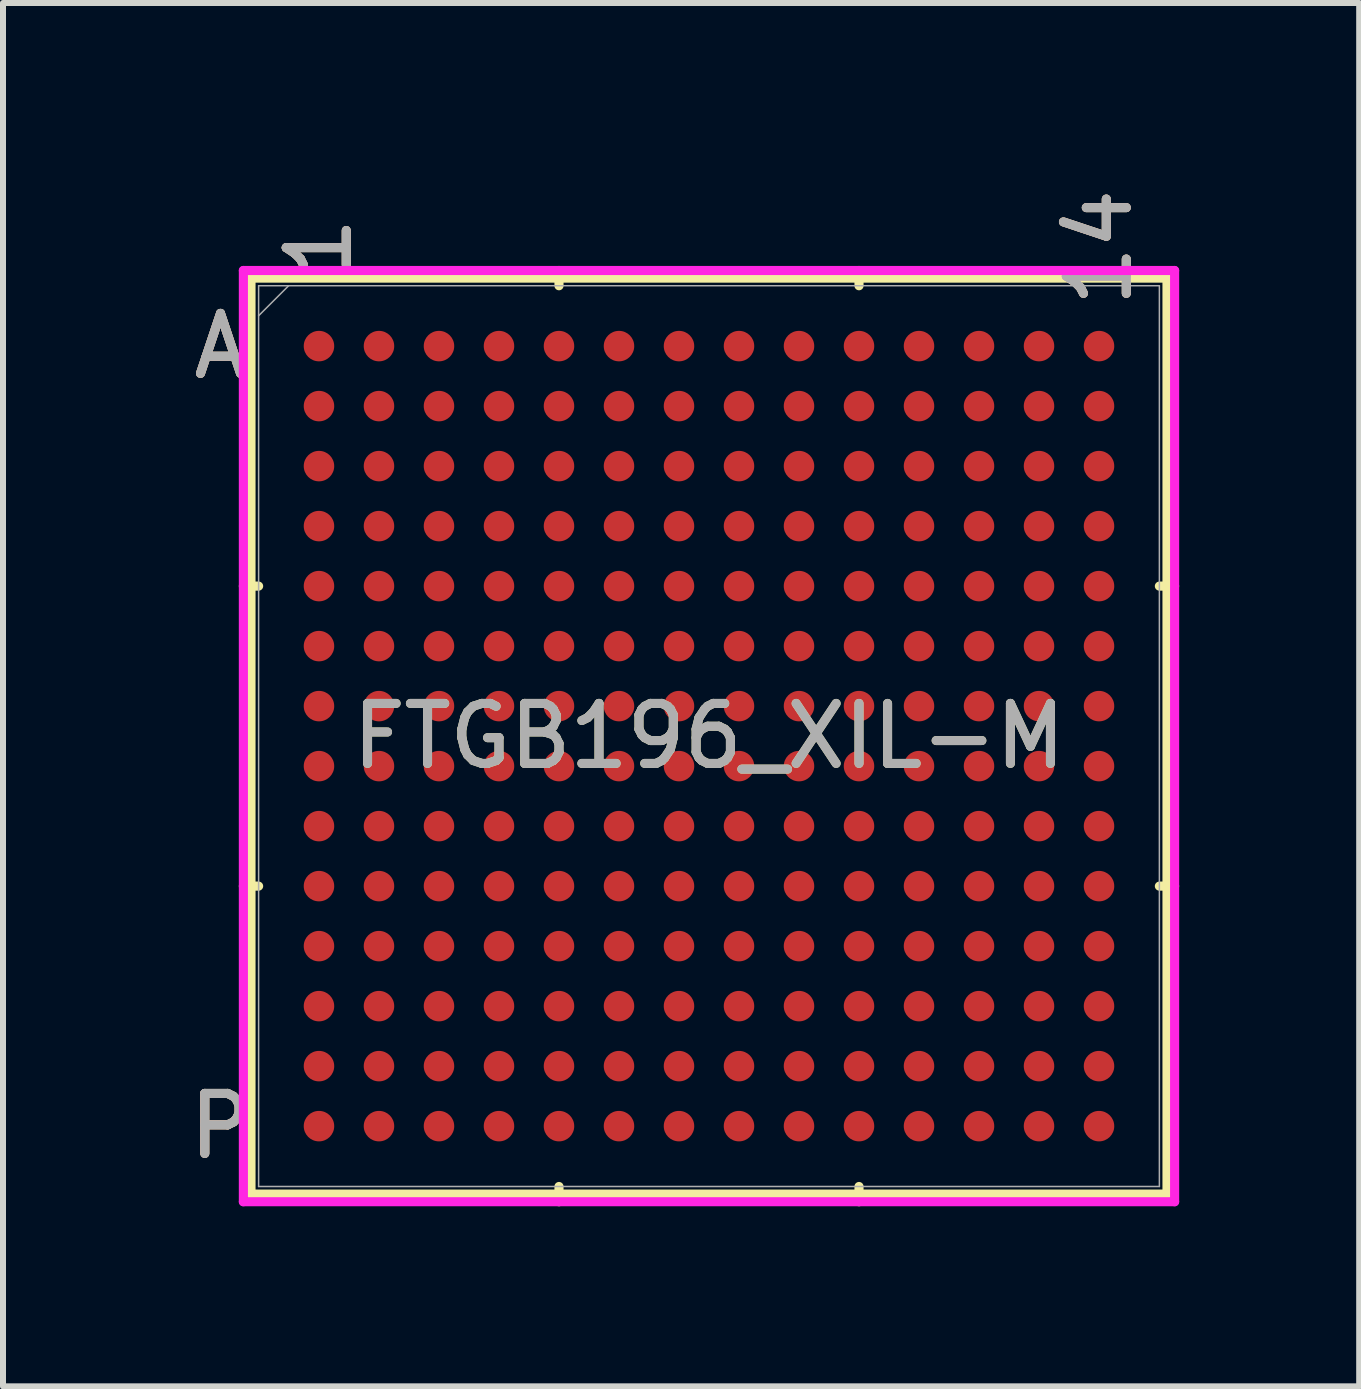
<source format=kicad_pcb>
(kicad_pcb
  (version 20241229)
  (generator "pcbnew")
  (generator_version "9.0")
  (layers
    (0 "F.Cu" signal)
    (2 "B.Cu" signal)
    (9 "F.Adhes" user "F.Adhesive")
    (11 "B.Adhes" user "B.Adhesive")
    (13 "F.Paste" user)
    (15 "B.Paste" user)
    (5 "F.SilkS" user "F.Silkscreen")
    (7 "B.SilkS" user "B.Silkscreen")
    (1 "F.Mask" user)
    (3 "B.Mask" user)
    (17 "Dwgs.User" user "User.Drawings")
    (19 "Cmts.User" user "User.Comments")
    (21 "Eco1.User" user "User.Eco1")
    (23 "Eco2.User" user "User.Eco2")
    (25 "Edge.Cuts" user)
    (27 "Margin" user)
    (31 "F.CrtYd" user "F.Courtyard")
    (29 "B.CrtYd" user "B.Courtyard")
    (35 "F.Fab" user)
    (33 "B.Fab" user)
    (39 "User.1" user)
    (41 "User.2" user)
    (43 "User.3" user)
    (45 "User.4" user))
  (footprint "FTGB196_XIL-M"
    (layer "F.Cu")
    (at 8.766 9.218)
    (property "Reference" "FTGB196_XIL-M" (at 0 0 0) (unlocked yes) (layer "F.SilkS") (effects (font (size 1 1) (thickness 0.15))))
    (attr smd)
    (fp_line (start -7.633 -7.633) (end -7.633 7.633) (stroke (width 0.152) (type solid)) (layer "F.SilkS"))
    (fp_line (start -7.633 7.633) (end 7.633 7.633) (stroke (width 0.152) (type solid)) (layer "F.SilkS"))
    (fp_line (start -7.506 -2.5) (end -7.76 -2.5) (stroke (width 0.152) (type solid)) (layer "F.SilkS"))
    (fp_line (start -7.506 2.5) (end -7.76 2.5) (stroke (width 0.152) (type solid)) (layer "F.SilkS"))
    (fp_line (start -2.5 -7.506) (end -2.5 -7.76) (stroke (width 0.152) (type solid)) (layer "F.SilkS"))
    (fp_line (start -2.5 7.506) (end -2.5 7.76) (stroke (width 0.152) (type solid)) (layer "F.SilkS"))
    (fp_line (start 2.5 -7.506) (end 2.5 -7.76) (stroke (width 0.152) (type solid)) (layer "F.SilkS"))
    (fp_line (start 2.5 7.506) (end 2.5 7.76) (stroke (width 0.152) (type solid)) (layer "F.SilkS"))
    (fp_line (start 7.506 -2.5) (end 7.76 -2.5) (stroke (width 0.152) (type solid)) (layer "F.SilkS"))
    (fp_line (start 7.506 2.5) (end 7.76 2.5) (stroke (width 0.152) (type solid)) (layer "F.SilkS"))
    (fp_line (start 7.633 -7.633) (end -7.633 -7.633) (stroke (width 0.152) (type solid)) (layer "F.SilkS"))
    (fp_line (start 7.633 7.633) (end 7.633 -7.633) (stroke (width 0.152) (type solid)) (layer "F.SilkS"))
    (fp_poly (pts (xy -7.508 -7.508) (xy 7.508 -7.508) (xy 7.508 7.508) (xy -7.508 7.508)) (stroke (width 0.1) (type solid)) (fill no) (layer "Eco2.User"))
    (fp_line (start -7.76 -7.76) (end 7.76 -7.76) (stroke (width 0.152) (type solid)) (layer "F.CrtYd"))
    (fp_line (start -7.76 7.76) (end -7.76 -7.76) (stroke (width 0.152) (type solid)) (layer "F.CrtYd"))
    (fp_line (start 7.76 -7.76) (end 7.76 7.76) (stroke (width 0.152) (type solid)) (layer "F.CrtYd"))
    (fp_line (start 7.76 7.76) (end -7.76 7.76) (stroke (width 0.152) (type solid)) (layer "F.CrtYd"))
    (fp_line (start -7.506 -7.506) (end -7.506 7.506) (stroke (width 0.025) (type solid)) (layer "F.Fab"))
    (fp_line (start -7.506 7.506) (end 7.506 7.506) (stroke (width 0.025) (type solid)) (layer "F.Fab"))
    (fp_line (start -7.006 -7.506) (end -7.506 -7.006) (stroke (width 0.025) (type solid)) (layer "F.Fab"))
    (fp_line (start 7.506 -7.506) (end -7.506 -7.506) (stroke (width 0.025) (type solid)) (layer "F.Fab"))
    (fp_line (start 7.506 7.506) (end 7.506 -7.506) (stroke (width 0.025) (type solid)) (layer "F.Fab"))
    (fp_text user "14" (at 6.5 -8.141 90) (unlocked yes) (layer "F.SilkS") (effects (font (size 1 1) (thickness 0.15))))
    (fp_text user "1" (at -6.5 -8.141 90) (unlocked yes) (layer "F.SilkS") (effects (font (size 1 1) (thickness 0.15))))
    (fp_text user "A" (at -8.141 -6.5 0) (unlocked yes) (layer "F.SilkS") (effects (font (size 1 1) (thickness 0.15))))
    (fp_text user "P" (at -8.141 6.5 0) (unlocked yes) (layer "F.SilkS") (effects (font (size 1 1) (thickness 0.15))))
    (fp_text user "14" (at 6.5 -8.141 90) (unlocked yes) (layer "B.SilkS") (effects (font (size 1 1) (thickness 0.15))))
    (fp_text user "1" (at -6.5 -8.141 90) (unlocked yes) (layer "B.SilkS") (effects (font (size 1 1) (thickness 0.15))))
    (fp_text user "A" (at -8.141 -6.5 0) (unlocked yes) (layer "B.SilkS") (effects (font (size 1 1) (thickness 0.15))))
    (fp_text user "P" (at -8.141 6.5 0) (unlocked yes) (layer "B.SilkS") (effects (font (size 1 1) (thickness 0.15))))
    (fp_text user "1" (at -6.5 -8.141 90) (unlocked yes) (layer "F.Fab") (effects (font (size 1 1) (thickness 0.15))))
    (fp_text user "P" (at -8.141 6.5 0) (unlocked yes) (layer "F.Fab") (effects (font (size 1 1) (thickness 0.15))))
    (fp_text user "14" (at 6.5 -8.141 90) (unlocked yes) (layer "F.Fab") (effects (font (size 1 1) (thickness 0.15))))
    (fp_text user "A" (at -8.141 -6.5 0) (unlocked yes) (layer "F.Fab") (effects (font (size 1 1) (thickness 0.15))))
    (fp_text user "${REFERENCE}" (at 0 0 0) (unlocked yes) (layer "F.Fab") (effects (font (size 1 1) (thickness 0.15))))
    (pad "A1" smd circle (at -6.5 -6.5) (size 0.508 0.508) (layers "F.Cu" "F.Mask" "F.Paste"))
    (pad "A2" smd circle (at -5.5 -6.5) (size 0.508 0.508) (layers "F.Cu" "F.Mask" "F.Paste"))
    (pad "A3" smd circle (at -4.5 -6.5) (size 0.508 0.508) (layers "F.Cu" "F.Mask" "F.Paste"))
    (pad "A4" smd circle (at -3.5 -6.5) (size 0.508 0.508) (layers "F.Cu" "F.Mask" "F.Paste"))
    (pad "A5" smd circle (at -2.5 -6.5) (size 0.508 0.508) (layers "F.Cu" "F.Mask" "F.Paste"))
    (pad "A6" smd circle (at -1.5 -6.5) (size 0.508 0.508) (layers "F.Cu" "F.Mask" "F.Paste"))
    (pad "A7" smd circle (at -0.5 -6.5) (size 0.508 0.508) (layers "F.Cu" "F.Mask" "F.Paste"))
    (pad "A8" smd circle (at 0.5 -6.5) (size 0.508 0.508) (layers "F.Cu" "F.Mask" "F.Paste"))
    (pad "A9" smd circle (at 1.5 -6.5) (size 0.508 0.508) (layers "F.Cu" "F.Mask" "F.Paste"))
    (pad "A10" smd circle (at 2.5 -6.5) (size 0.508 0.508) (layers "F.Cu" "F.Mask" "F.Paste"))
    (pad "A11" smd circle (at 3.5 -6.5) (size 0.508 0.508) (layers "F.Cu" "F.Mask" "F.Paste"))
    (pad "A12" smd circle (at 4.5 -6.5) (size 0.508 0.508) (layers "F.Cu" "F.Mask" "F.Paste"))
    (pad "A13" smd circle (at 5.5 -6.5) (size 0.508 0.508) (layers "F.Cu" "F.Mask" "F.Paste"))
    (pad "A14" smd circle (at 6.5 -6.5) (size 0.508 0.508) (layers "F.Cu" "F.Mask" "F.Paste"))
    (pad "B1" smd circle (at -6.5 -5.5) (size 0.508 0.508) (layers "F.Cu" "F.Mask" "F.Paste"))
    (pad "B2" smd circle (at -5.5 -5.5) (size 0.508 0.508) (layers "F.Cu" "F.Mask" "F.Paste"))
    (pad "B3" smd circle (at -4.5 -5.5) (size 0.508 0.508) (layers "F.Cu" "F.Mask" "F.Paste"))
    (pad "B4" smd circle (at -3.5 -5.5) (size 0.508 0.508) (layers "F.Cu" "F.Mask" "F.Paste"))
    (pad "B5" smd circle (at -2.5 -5.5) (size 0.508 0.508) (layers "F.Cu" "F.Mask" "F.Paste"))
    (pad "B6" smd circle (at -1.5 -5.5) (size 0.508 0.508) (layers "F.Cu" "F.Mask" "F.Paste"))
    (pad "B7" smd circle (at -0.5 -5.5) (size 0.508 0.508) (layers "F.Cu" "F.Mask" "F.Paste"))
    (pad "B8" smd circle (at 0.5 -5.5) (size 0.508 0.508) (layers "F.Cu" "F.Mask" "F.Paste"))
    (pad "B9" smd circle (at 1.5 -5.5) (size 0.508 0.508) (layers "F.Cu" "F.Mask" "F.Paste"))
    (pad "B10" smd circle (at 2.5 -5.5) (size 0.508 0.508) (layers "F.Cu" "F.Mask" "F.Paste"))
    (pad "B11" smd circle (at 3.5 -5.5) (size 0.508 0.508) (layers "F.Cu" "F.Mask" "F.Paste"))
    (pad "B12" smd circle (at 4.5 -5.5) (size 0.508 0.508) (layers "F.Cu" "F.Mask" "F.Paste"))
    (pad "B13" smd circle (at 5.5 -5.5) (size 0.508 0.508) (layers "F.Cu" "F.Mask" "F.Paste"))
    (pad "B14" smd circle (at 6.5 -5.5) (size 0.508 0.508) (layers "F.Cu" "F.Mask" "F.Paste"))
    (pad "C1" smd circle (at -6.5 -4.5) (size 0.508 0.508) (layers "F.Cu" "F.Mask" "F.Paste"))
    (pad "C2" smd circle (at -5.5 -4.5) (size 0.508 0.508) (layers "F.Cu" "F.Mask" "F.Paste"))
    (pad "C3" smd circle (at -4.5 -4.5) (size 0.508 0.508) (layers "F.Cu" "F.Mask" "F.Paste"))
    (pad "C4" smd circle (at -3.5 -4.5) (size 0.508 0.508) (layers "F.Cu" "F.Mask" "F.Paste"))
    (pad "C5" smd circle (at -2.5 -4.5) (size 0.508 0.508) (layers "F.Cu" "F.Mask" "F.Paste"))
    (pad "C6" smd circle (at -1.5 -4.5) (size 0.508 0.508) (layers "F.Cu" "F.Mask" "F.Paste"))
    (pad "C7" smd circle (at -0.5 -4.5) (size 0.508 0.508) (layers "F.Cu" "F.Mask" "F.Paste"))
    (pad "C8" smd circle (at 0.5 -4.5) (size 0.508 0.508) (layers "F.Cu" "F.Mask" "F.Paste"))
    (pad "C9" smd circle (at 1.5 -4.5) (size 0.508 0.508) (layers "F.Cu" "F.Mask" "F.Paste"))
    (pad "C10" smd circle (at 2.5 -4.5) (size 0.508 0.508) (layers "F.Cu" "F.Mask" "F.Paste"))
    (pad "C11" smd circle (at 3.5 -4.5) (size 0.508 0.508) (layers "F.Cu" "F.Mask" "F.Paste"))
    (pad "C12" smd circle (at 4.5 -4.5) (size 0.508 0.508) (layers "F.Cu" "F.Mask" "F.Paste"))
    (pad "C13" smd circle (at 5.5 -4.5) (size 0.508 0.508) (layers "F.Cu" "F.Mask" "F.Paste"))
    (pad "C14" smd circle (at 6.5 -4.5) (size 0.508 0.508) (layers "F.Cu" "F.Mask" "F.Paste"))
    (pad "D1" smd circle (at -6.5 -3.5) (size 0.508 0.508) (layers "F.Cu" "F.Mask" "F.Paste"))
    (pad "D2" smd circle (at -5.5 -3.5) (size 0.508 0.508) (layers "F.Cu" "F.Mask" "F.Paste"))
    (pad "D3" smd circle (at -4.5 -3.5) (size 0.508 0.508) (layers "F.Cu" "F.Mask" "F.Paste"))
    (pad "D4" smd circle (at -3.5 -3.5) (size 0.508 0.508) (layers "F.Cu" "F.Mask" "F.Paste"))
    (pad "D5" smd circle (at -2.5 -3.5) (size 0.508 0.508) (layers "F.Cu" "F.Mask" "F.Paste"))
    (pad "D6" smd circle (at -1.5 -3.5) (size 0.508 0.508) (layers "F.Cu" "F.Mask" "F.Paste"))
    (pad "D7" smd circle (at -0.5 -3.5) (size 0.508 0.508) (layers "F.Cu" "F.Mask" "F.Paste"))
    (pad "D8" smd circle (at 0.5 -3.5) (size 0.508 0.508) (layers "F.Cu" "F.Mask" "F.Paste"))
    (pad "D9" smd circle (at 1.5 -3.5) (size 0.508 0.508) (layers "F.Cu" "F.Mask" "F.Paste"))
    (pad "D10" smd circle (at 2.5 -3.5) (size 0.508 0.508) (layers "F.Cu" "F.Mask" "F.Paste"))
    (pad "D11" smd circle (at 3.5 -3.5) (size 0.508 0.508) (layers "F.Cu" "F.Mask" "F.Paste"))
    (pad "D12" smd circle (at 4.5 -3.5) (size 0.508 0.508) (layers "F.Cu" "F.Mask" "F.Paste"))
    (pad "D13" smd circle (at 5.5 -3.5) (size 0.508 0.508) (layers "F.Cu" "F.Mask" "F.Paste"))
    (pad "D14" smd circle (at 6.5 -3.5) (size 0.508 0.508) (layers "F.Cu" "F.Mask" "F.Paste"))
    (pad "E1" smd circle (at -6.5 -2.5) (size 0.508 0.508) (layers "F.Cu" "F.Mask" "F.Paste"))
    (pad "E2" smd circle (at -5.5 -2.5) (size 0.508 0.508) (layers "F.Cu" "F.Mask" "F.Paste"))
    (pad "E3" smd circle (at -4.5 -2.5) (size 0.508 0.508) (layers "F.Cu" "F.Mask" "F.Paste"))
    (pad "E4" smd circle (at -3.5 -2.5) (size 0.508 0.508) (layers "F.Cu" "F.Mask" "F.Paste"))
    (pad "E5" smd circle (at -2.5 -2.5) (size 0.508 0.508) (layers "F.Cu" "F.Mask" "F.Paste"))
    (pad "E6" smd circle (at -1.5 -2.5) (size 0.508 0.508) (layers "F.Cu" "F.Mask" "F.Paste"))
    (pad "E7" smd circle (at -0.5 -2.5) (size 0.508 0.508) (layers "F.Cu" "F.Mask" "F.Paste"))
    (pad "E8" smd circle (at 0.5 -2.5) (size 0.508 0.508) (layers "F.Cu" "F.Mask" "F.Paste"))
    (pad "E9" smd circle (at 1.5 -2.5) (size 0.508 0.508) (layers "F.Cu" "F.Mask" "F.Paste"))
    (pad "E10" smd circle (at 2.5 -2.5) (size 0.508 0.508) (layers "F.Cu" "F.Mask" "F.Paste"))
    (pad "E11" smd circle (at 3.5 -2.5) (size 0.508 0.508) (layers "F.Cu" "F.Mask" "F.Paste"))
    (pad "E12" smd circle (at 4.5 -2.5) (size 0.508 0.508) (layers "F.Cu" "F.Mask" "F.Paste"))
    (pad "E13" smd circle (at 5.5 -2.5) (size 0.508 0.508) (layers "F.Cu" "F.Mask" "F.Paste"))
    (pad "E14" smd circle (at 6.5 -2.5) (size 0.508 0.508) (layers "F.Cu" "F.Mask" "F.Paste"))
    (pad "F1" smd circle (at -6.5 -1.5) (size 0.508 0.508) (layers "F.Cu" "F.Mask" "F.Paste"))
    (pad "F2" smd circle (at -5.5 -1.5) (size 0.508 0.508) (layers "F.Cu" "F.Mask" "F.Paste"))
    (pad "F3" smd circle (at -4.5 -1.5) (size 0.508 0.508) (layers "F.Cu" "F.Mask" "F.Paste"))
    (pad "F4" smd circle (at -3.5 -1.5) (size 0.508 0.508) (layers "F.Cu" "F.Mask" "F.Paste"))
    (pad "F5" smd circle (at -2.5 -1.5) (size 0.508 0.508) (layers "F.Cu" "F.Mask" "F.Paste"))
    (pad "F6" smd circle (at -1.5 -1.5) (size 0.508 0.508) (layers "F.Cu" "F.Mask" "F.Paste"))
    (pad "F7" smd circle (at -0.5 -1.5) (size 0.508 0.508) (layers "F.Cu" "F.Mask" "F.Paste"))
    (pad "F8" smd circle (at 0.5 -1.5) (size 0.508 0.508) (layers "F.Cu" "F.Mask" "F.Paste"))
    (pad "F9" smd circle (at 1.5 -1.5) (size 0.508 0.508) (layers "F.Cu" "F.Mask" "F.Paste"))
    (pad "F10" smd circle (at 2.5 -1.5) (size 0.508 0.508) (layers "F.Cu" "F.Mask" "F.Paste"))
    (pad "F11" smd circle (at 3.5 -1.5) (size 0.508 0.508) (layers "F.Cu" "F.Mask" "F.Paste"))
    (pad "F12" smd circle (at 4.5 -1.5) (size 0.508 0.508) (layers "F.Cu" "F.Mask" "F.Paste"))
    (pad "F13" smd circle (at 5.5 -1.5) (size 0.508 0.508) (layers "F.Cu" "F.Mask" "F.Paste"))
    (pad "F14" smd circle (at 6.5 -1.5) (size 0.508 0.508) (layers "F.Cu" "F.Mask" "F.Paste"))
    (pad "G1" smd circle (at -6.5 -0.5) (size 0.508 0.508) (layers "F.Cu" "F.Mask" "F.Paste"))
    (pad "G2" smd circle (at -5.5 -0.5) (size 0.508 0.508) (layers "F.Cu" "F.Mask" "F.Paste"))
    (pad "G3" smd circle (at -4.5 -0.5) (size 0.508 0.508) (layers "F.Cu" "F.Mask" "F.Paste"))
    (pad "G4" smd circle (at -3.5 -0.5) (size 0.508 0.508) (layers "F.Cu" "F.Mask" "F.Paste"))
    (pad "G5" smd circle (at -2.5 -0.5) (size 0.508 0.508) (layers "F.Cu" "F.Mask" "F.Paste"))
    (pad "G6" smd circle (at -1.5 -0.5) (size 0.508 0.508) (layers "F.Cu" "F.Mask" "F.Paste"))
    (pad "G7" smd circle (at -0.5 -0.5) (size 0.508 0.508) (layers "F.Cu" "F.Mask" "F.Paste"))
    (pad "G8" smd circle (at 0.5 -0.5) (size 0.508 0.508) (layers "F.Cu" "F.Mask" "F.Paste"))
    (pad "G9" smd circle (at 1.5 -0.5) (size 0.508 0.508) (layers "F.Cu" "F.Mask" "F.Paste"))
    (pad "G10" smd circle (at 2.5 -0.5) (size 0.508 0.508) (layers "F.Cu" "F.Mask" "F.Paste"))
    (pad "G11" smd circle (at 3.5 -0.5) (size 0.508 0.508) (layers "F.Cu" "F.Mask" "F.Paste"))
    (pad "G12" smd circle (at 4.5 -0.5) (size 0.508 0.508) (layers "F.Cu" "F.Mask" "F.Paste"))
    (pad "G13" smd circle (at 5.5 -0.5) (size 0.508 0.508) (layers "F.Cu" "F.Mask" "F.Paste"))
    (pad "G14" smd circle (at 6.5 -0.5) (size 0.508 0.508) (layers "F.Cu" "F.Mask" "F.Paste"))
    (pad "H1" smd circle (at -6.5 0.5) (size 0.508 0.508) (layers "F.Cu" "F.Mask" "F.Paste"))
    (pad "H2" smd circle (at -5.5 0.5) (size 0.508 0.508) (layers "F.Cu" "F.Mask" "F.Paste"))
    (pad "H3" smd circle (at -4.5 0.5) (size 0.508 0.508) (layers "F.Cu" "F.Mask" "F.Paste"))
    (pad "H4" smd circle (at -3.5 0.5) (size 0.508 0.508) (layers "F.Cu" "F.Mask" "F.Paste"))
    (pad "H5" smd circle (at -2.5 0.5) (size 0.508 0.508) (layers "F.Cu" "F.Mask" "F.Paste"))
    (pad "H6" smd circle (at -1.5 0.5) (size 0.508 0.508) (layers "F.Cu" "F.Mask" "F.Paste"))
    (pad "H7" smd circle (at -0.5 0.5) (size 0.508 0.508) (layers "F.Cu" "F.Mask" "F.Paste"))
    (pad "H8" smd circle (at 0.5 0.5) (size 0.508 0.508) (layers "F.Cu" "F.Mask" "F.Paste"))
    (pad "H9" smd circle (at 1.5 0.5) (size 0.508 0.508) (layers "F.Cu" "F.Mask" "F.Paste"))
    (pad "H10" smd circle (at 2.5 0.5) (size 0.508 0.508) (layers "F.Cu" "F.Mask" "F.Paste"))
    (pad "H11" smd circle (at 3.5 0.5) (size 0.508 0.508) (layers "F.Cu" "F.Mask" "F.Paste"))
    (pad "H12" smd circle (at 4.5 0.5) (size 0.508 0.508) (layers "F.Cu" "F.Mask" "F.Paste"))
    (pad "H13" smd circle (at 5.5 0.5) (size 0.508 0.508) (layers "F.Cu" "F.Mask" "F.Paste"))
    (pad "H14" smd circle (at 6.5 0.5) (size 0.508 0.508) (layers "F.Cu" "F.Mask" "F.Paste"))
    (pad "J1" smd circle (at -6.5 1.5) (size 0.508 0.508) (layers "F.Cu" "F.Mask" "F.Paste"))
    (pad "J2" smd circle (at -5.5 1.5) (size 0.508 0.508) (layers "F.Cu" "F.Mask" "F.Paste"))
    (pad "J3" smd circle (at -4.5 1.5) (size 0.508 0.508) (layers "F.Cu" "F.Mask" "F.Paste"))
    (pad "J4" smd circle (at -3.5 1.5) (size 0.508 0.508) (layers "F.Cu" "F.Mask" "F.Paste"))
    (pad "J5" smd circle (at -2.5 1.5) (size 0.508 0.508) (layers "F.Cu" "F.Mask" "F.Paste"))
    (pad "J6" smd circle (at -1.5 1.5) (size 0.508 0.508) (layers "F.Cu" "F.Mask" "F.Paste"))
    (pad "J7" smd circle (at -0.5 1.5) (size 0.508 0.508) (layers "F.Cu" "F.Mask" "F.Paste"))
    (pad "J8" smd circle (at 0.5 1.5) (size 0.508 0.508) (layers "F.Cu" "F.Mask" "F.Paste"))
    (pad "J9" smd circle (at 1.5 1.5) (size 0.508 0.508) (layers "F.Cu" "F.Mask" "F.Paste"))
    (pad "J10" smd circle (at 2.5 1.5) (size 0.508 0.508) (layers "F.Cu" "F.Mask" "F.Paste"))
    (pad "J11" smd circle (at 3.5 1.5) (size 0.508 0.508) (layers "F.Cu" "F.Mask" "F.Paste"))
    (pad "J12" smd circle (at 4.5 1.5) (size 0.508 0.508) (layers "F.Cu" "F.Mask" "F.Paste"))
    (pad "J13" smd circle (at 5.5 1.5) (size 0.508 0.508) (layers "F.Cu" "F.Mask" "F.Paste"))
    (pad "J14" smd circle (at 6.5 1.5) (size 0.508 0.508) (layers "F.Cu" "F.Mask" "F.Paste"))
    (pad "K1" smd circle (at -6.5 2.5) (size 0.508 0.508) (layers "F.Cu" "F.Mask" "F.Paste"))
    (pad "K2" smd circle (at -5.5 2.5) (size 0.508 0.508) (layers "F.Cu" "F.Mask" "F.Paste"))
    (pad "K3" smd circle (at -4.5 2.5) (size 0.508 0.508) (layers "F.Cu" "F.Mask" "F.Paste"))
    (pad "K4" smd circle (at -3.5 2.5) (size 0.508 0.508) (layers "F.Cu" "F.Mask" "F.Paste"))
    (pad "K5" smd circle (at -2.5 2.5) (size 0.508 0.508) (layers "F.Cu" "F.Mask" "F.Paste"))
    (pad "K6" smd circle (at -1.5 2.5) (size 0.508 0.508) (layers "F.Cu" "F.Mask" "F.Paste"))
    (pad "K7" smd circle (at -0.5 2.5) (size 0.508 0.508) (layers "F.Cu" "F.Mask" "F.Paste"))
    (pad "K8" smd circle (at 0.5 2.5) (size 0.508 0.508) (layers "F.Cu" "F.Mask" "F.Paste"))
    (pad "K9" smd circle (at 1.5 2.5) (size 0.508 0.508) (layers "F.Cu" "F.Mask" "F.Paste"))
    (pad "K10" smd circle (at 2.5 2.5) (size 0.508 0.508) (layers "F.Cu" "F.Mask" "F.Paste"))
    (pad "K11" smd circle (at 3.5 2.5) (size 0.508 0.508) (layers "F.Cu" "F.Mask" "F.Paste"))
    (pad "K12" smd circle (at 4.5 2.5) (size 0.508 0.508) (layers "F.Cu" "F.Mask" "F.Paste"))
    (pad "K13" smd circle (at 5.5 2.5) (size 0.508 0.508) (layers "F.Cu" "F.Mask" "F.Paste"))
    (pad "K14" smd circle (at 6.5 2.5) (size 0.508 0.508) (layers "F.Cu" "F.Mask" "F.Paste"))
    (pad "L1" smd circle (at -6.5 3.5) (size 0.508 0.508) (layers "F.Cu" "F.Mask" "F.Paste"))
    (pad "L2" smd circle (at -5.5 3.5) (size 0.508 0.508) (layers "F.Cu" "F.Mask" "F.Paste"))
    (pad "L3" smd circle (at -4.5 3.5) (size 0.508 0.508) (layers "F.Cu" "F.Mask" "F.Paste"))
    (pad "L4" smd circle (at -3.5 3.5) (size 0.508 0.508) (layers "F.Cu" "F.Mask" "F.Paste"))
    (pad "L5" smd circle (at -2.5 3.5) (size 0.508 0.508) (layers "F.Cu" "F.Mask" "F.Paste"))
    (pad "L6" smd circle (at -1.5 3.5) (size 0.508 0.508) (layers "F.Cu" "F.Mask" "F.Paste"))
    (pad "L7" smd circle (at -0.5 3.5) (size 0.508 0.508) (layers "F.Cu" "F.Mask" "F.Paste"))
    (pad "L8" smd circle (at 0.5 3.5) (size 0.508 0.508) (layers "F.Cu" "F.Mask" "F.Paste"))
    (pad "L9" smd circle (at 1.5 3.5) (size 0.508 0.508) (layers "F.Cu" "F.Mask" "F.Paste"))
    (pad "L10" smd circle (at 2.5 3.5) (size 0.508 0.508) (layers "F.Cu" "F.Mask" "F.Paste"))
    (pad "L11" smd circle (at 3.5 3.5) (size 0.508 0.508) (layers "F.Cu" "F.Mask" "F.Paste"))
    (pad "L12" smd circle (at 4.5 3.5) (size 0.508 0.508) (layers "F.Cu" "F.Mask" "F.Paste"))
    (pad "L13" smd circle (at 5.5 3.5) (size 0.508 0.508) (layers "F.Cu" "F.Mask" "F.Paste"))
    (pad "L14" smd circle (at 6.5 3.5) (size 0.508 0.508) (layers "F.Cu" "F.Mask" "F.Paste"))
    (pad "M1" smd circle (at -6.5 4.5) (size 0.508 0.508) (layers "F.Cu" "F.Mask" "F.Paste"))
    (pad "M2" smd circle (at -5.5 4.5) (size 0.508 0.508) (layers "F.Cu" "F.Mask" "F.Paste"))
    (pad "M3" smd circle (at -4.5 4.5) (size 0.508 0.508) (layers "F.Cu" "F.Mask" "F.Paste"))
    (pad "M4" smd circle (at -3.5 4.5) (size 0.508 0.508) (layers "F.Cu" "F.Mask" "F.Paste"))
    (pad "M5" smd circle (at -2.5 4.5) (size 0.508 0.508) (layers "F.Cu" "F.Mask" "F.Paste"))
    (pad "M6" smd circle (at -1.5 4.5) (size 0.508 0.508) (layers "F.Cu" "F.Mask" "F.Paste"))
    (pad "M7" smd circle (at -0.5 4.5) (size 0.508 0.508) (layers "F.Cu" "F.Mask" "F.Paste"))
    (pad "M8" smd circle (at 0.5 4.5) (size 0.508 0.508) (layers "F.Cu" "F.Mask" "F.Paste"))
    (pad "M9" smd circle (at 1.5 4.5) (size 0.508 0.508) (layers "F.Cu" "F.Mask" "F.Paste"))
    (pad "M10" smd circle (at 2.5 4.5) (size 0.508 0.508) (layers "F.Cu" "F.Mask" "F.Paste"))
    (pad "M11" smd circle (at 3.5 4.5) (size 0.508 0.508) (layers "F.Cu" "F.Mask" "F.Paste"))
    (pad "M12" smd circle (at 4.5 4.5) (size 0.508 0.508) (layers "F.Cu" "F.Mask" "F.Paste"))
    (pad "M13" smd circle (at 5.5 4.5) (size 0.508 0.508) (layers "F.Cu" "F.Mask" "F.Paste"))
    (pad "M14" smd circle (at 6.5 4.5) (size 0.508 0.508) (layers "F.Cu" "F.Mask" "F.Paste"))
    (pad "N1" smd circle (at -6.5 5.5) (size 0.508 0.508) (layers "F.Cu" "F.Mask" "F.Paste"))
    (pad "N2" smd circle (at -5.5 5.5) (size 0.508 0.508) (layers "F.Cu" "F.Mask" "F.Paste"))
    (pad "N3" smd circle (at -4.5 5.5) (size 0.508 0.508) (layers "F.Cu" "F.Mask" "F.Paste"))
    (pad "N4" smd circle (at -3.5 5.5) (size 0.508 0.508) (layers "F.Cu" "F.Mask" "F.Paste"))
    (pad "N5" smd circle (at -2.5 5.5) (size 0.508 0.508) (layers "F.Cu" "F.Mask" "F.Paste"))
    (pad "N6" smd circle (at -1.5 5.5) (size 0.508 0.508) (layers "F.Cu" "F.Mask" "F.Paste"))
    (pad "N7" smd circle (at -0.5 5.5) (size 0.508 0.508) (layers "F.Cu" "F.Mask" "F.Paste"))
    (pad "N8" smd circle (at 0.5 5.5) (size 0.508 0.508) (layers "F.Cu" "F.Mask" "F.Paste"))
    (pad "N9" smd circle (at 1.5 5.5) (size 0.508 0.508) (layers "F.Cu" "F.Mask" "F.Paste"))
    (pad "N10" smd circle (at 2.5 5.5) (size 0.508 0.508) (layers "F.Cu" "F.Mask" "F.Paste"))
    (pad "N11" smd circle (at 3.5 5.5) (size 0.508 0.508) (layers "F.Cu" "F.Mask" "F.Paste"))
    (pad "N12" smd circle (at 4.5 5.5) (size 0.508 0.508) (layers "F.Cu" "F.Mask" "F.Paste"))
    (pad "N13" smd circle (at 5.5 5.5) (size 0.508 0.508) (layers "F.Cu" "F.Mask" "F.Paste"))
    (pad "N14" smd circle (at 6.5 5.5) (size 0.508 0.508) (layers "F.Cu" "F.Mask" "F.Paste"))
    (pad "P1" smd circle (at -6.5 6.5) (size 0.508 0.508) (layers "F.Cu" "F.Mask" "F.Paste"))
    (pad "P2" smd circle (at -5.5 6.5) (size 0.508 0.508) (layers "F.Cu" "F.Mask" "F.Paste"))
    (pad "P3" smd circle (at -4.5 6.5) (size 0.508 0.508) (layers "F.Cu" "F.Mask" "F.Paste"))
    (pad "P4" smd circle (at -3.5 6.5) (size 0.508 0.508) (layers "F.Cu" "F.Mask" "F.Paste"))
    (pad "P5" smd circle (at -2.5 6.5) (size 0.508 0.508) (layers "F.Cu" "F.Mask" "F.Paste"))
    (pad "P6" smd circle (at -1.5 6.5) (size 0.508 0.508) (layers "F.Cu" "F.Mask" "F.Paste"))
    (pad "P7" smd circle (at -0.5 6.5) (size 0.508 0.508) (layers "F.Cu" "F.Mask" "F.Paste"))
    (pad "P8" smd circle (at 0.5 6.5) (size 0.508 0.508) (layers "F.Cu" "F.Mask" "F.Paste"))
    (pad "P9" smd circle (at 1.5 6.5) (size 0.508 0.508) (layers "F.Cu" "F.Mask" "F.Paste"))
    (pad "P10" smd circle (at 2.5 6.5) (size 0.508 0.508) (layers "F.Cu" "F.Mask" "F.Paste"))
    (pad "P11" smd circle (at 3.5 6.5) (size 0.508 0.508) (layers "F.Cu" "F.Mask" "F.Paste"))
    (pad "P12" smd circle (at 4.5 6.5) (size 0.508 0.508) (layers "F.Cu" "F.Mask" "F.Paste"))
    (pad "P13" smd circle (at 5.5 6.5) (size 0.508 0.508) (layers "F.Cu" "F.Mask" "F.Paste"))
    (pad "P14" smd circle (at 6.5 6.5) (size 0.508 0.508) (layers "F.Cu" "F.Mask" "F.Paste")))
  (gr_rect
    (start -3 -3)
    (end 19.602 20.054)
    (stroke (width 0.1) (type default))
    (fill no)
    (layer "Edge.Cuts")))
</source>
